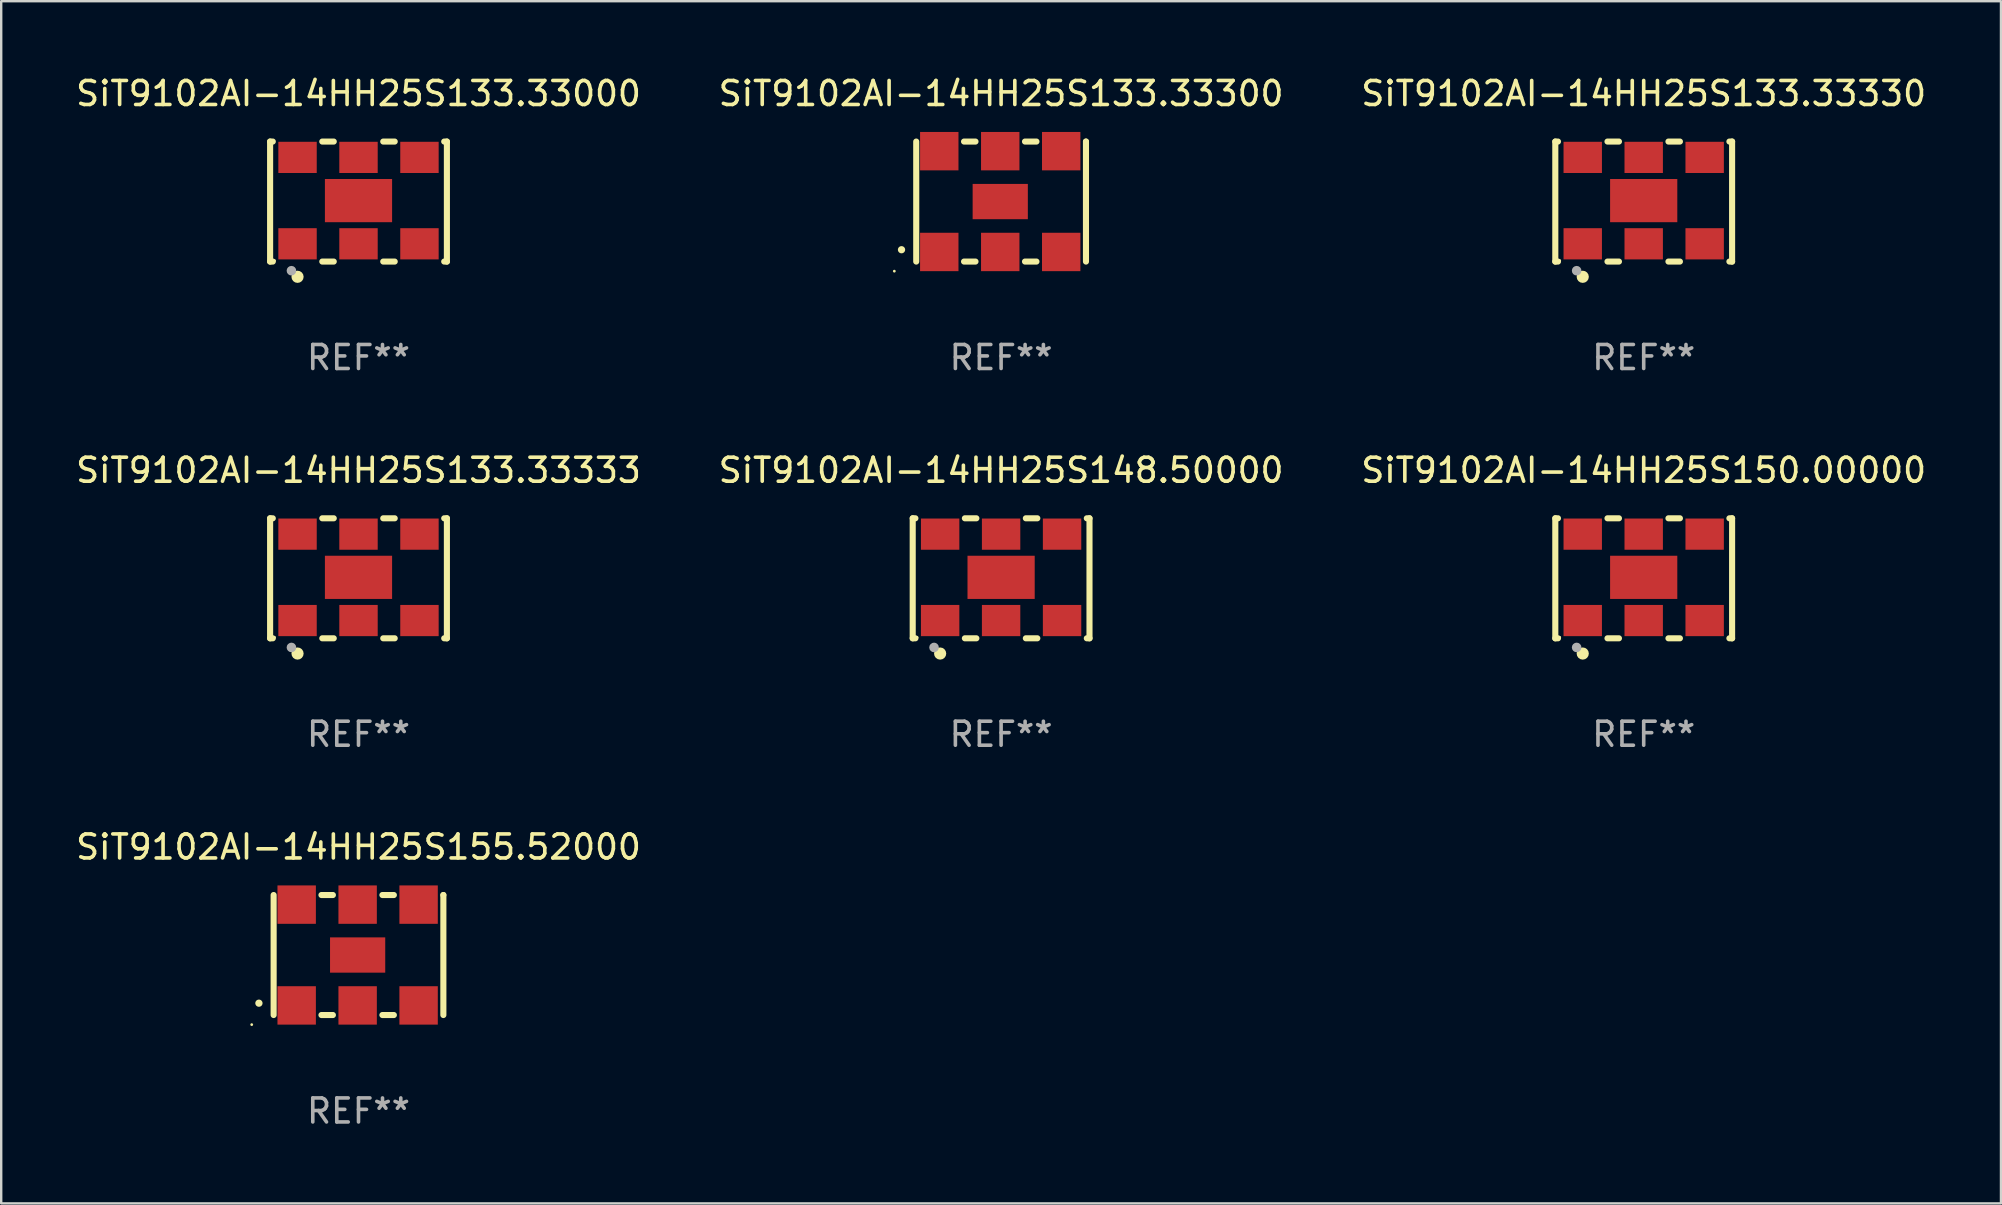
<source format=kicad_pcb>
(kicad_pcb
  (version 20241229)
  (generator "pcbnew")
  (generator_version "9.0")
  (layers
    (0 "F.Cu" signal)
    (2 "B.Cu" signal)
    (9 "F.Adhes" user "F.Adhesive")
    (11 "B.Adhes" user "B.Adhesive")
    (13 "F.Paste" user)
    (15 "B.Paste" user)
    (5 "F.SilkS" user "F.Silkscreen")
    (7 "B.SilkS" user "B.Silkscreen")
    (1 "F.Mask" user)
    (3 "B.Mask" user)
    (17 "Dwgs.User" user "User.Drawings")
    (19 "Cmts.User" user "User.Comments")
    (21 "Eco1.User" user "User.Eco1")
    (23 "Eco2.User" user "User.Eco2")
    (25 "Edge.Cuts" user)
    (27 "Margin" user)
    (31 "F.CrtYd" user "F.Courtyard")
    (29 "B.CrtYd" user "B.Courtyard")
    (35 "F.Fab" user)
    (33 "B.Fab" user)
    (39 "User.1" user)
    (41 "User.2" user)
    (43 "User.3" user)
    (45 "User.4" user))
  (footprint "SiT9102AI-14HH25S133.33330"
    (layer "F.Cu")
    (at 65.435 5.348)
    (property "Reference" "SiT9102AI-14HH25S133.33330" (at 0 -4.5 0) (layer "F.SilkS") (effects (font (size 1 1) (thickness 0.15))))
    (attr through_hole)
    (fp_line (start -3.683 -2.5) (end -3.571 -2.5) (stroke (width 0.254) (type solid)) (layer "F.SilkS"))
    (fp_line (start -3.683 2.5) (end -3.683 -2.5) (stroke (width 0.254) (type solid)) (layer "F.SilkS"))
    (fp_line (start -3.683 2.5) (end -3.571 2.5) (stroke (width 0.254) (type solid)) (layer "F.SilkS"))
    (fp_line (start -1.509 -2.5) (end -1.031 -2.5) (stroke (width 0.254) (type solid)) (layer "F.SilkS"))
    (fp_line (start -1.509 2.5) (end -1.031 2.5) (stroke (width 0.254) (type solid)) (layer "F.SilkS"))
    (fp_line (start 1.031 -2.5) (end 1.509 -2.5) (stroke (width 0.254) (type solid)) (layer "F.SilkS"))
    (fp_line (start 1.031 2.5) (end 1.509 2.5) (stroke (width 0.254) (type solid)) (layer "F.SilkS"))
    (fp_line (start 3.571 -2.5) (end 3.683 -2.5) (stroke (width 0.254) (type solid)) (layer "F.SilkS"))
    (fp_line (start 3.571 2.5) (end 3.683 2.5) (stroke (width 0.254) (type solid)) (layer "F.SilkS"))
    (fp_line (start 3.683 2.5) (end 3.683 -2.5) (stroke (width 0.254) (type solid)) (layer "F.SilkS"))
    (fp_circle (center -3.5 2.46) (end -3.47 2.46) (stroke (width 0.06) (type solid)) (fill no) (layer "F.SilkS"))
    (fp_circle (center -2.54 3.135) (end -2.413 3.135) (stroke (width 0.254) (type solid)) (fill no) (layer "F.SilkS"))
    (fp_circle (center -2.794 2.881) (end -2.694 2.881) (stroke (width 0.2) (type solid)) (fill no) (layer "F.Fab"))
    (fp_text user "REF**" (at 0 6.5 0) (layer "F.Fab") (effects (font (size 1 1) (thickness 0.15))))
    (pad "1" smd rect (at -2.54 1.76) (size 1.6 1.3) (layers "F.Cu" "F.Mask" "F.Paste"))
    (pad "2" smd rect (at 0 1.76) (size 1.6 1.3) (layers "F.Cu" "F.Mask" "F.Paste"))
    (pad "3" smd rect (at 2.54 1.76) (size 1.6 1.3) (layers "F.Cu" "F.Mask" "F.Paste"))
    (pad "4" smd rect (at 2.54 -1.84) (size 1.6 1.3) (layers "F.Cu" "F.Mask" "F.Paste"))
    (pad "5" smd rect (at 0 -1.84) (size 1.6 1.3) (layers "F.Cu" "F.Mask" "F.Paste"))
    (pad "6" smd rect (at -2.54 -1.84) (size 1.6 1.3) (layers "F.Cu" "F.Mask" "F.Paste"))
    (pad "7" smd rect (at 0 -0.04) (size 2.8 1.8) (layers "F.Cu" "F.Mask" "F.Paste")))
  (footprint "SiT9102AI-14HH25S155.52000"
    (layer "F.Cu")
    (at 11.887 36.741)
    (property "Reference" "SiT9102AI-14HH25S155.52000" (at 0 -4.5 0) (layer "F.SilkS") (effects (font (size 1 1) (thickness 0.15))))
    (attr through_hole)
    (fp_line (start -3.536 -2.5) (end -3.536 2.5) (stroke (width 0.254) (type solid)) (layer "F.SilkS"))
    (fp_line (start -1.544 2.5) (end -1.067 2.5) (stroke (width 0.254) (type solid)) (layer "F.SilkS"))
    (fp_line (start -1.067 -2.5) (end -1.544 -2.5) (stroke (width 0.254) (type solid)) (layer "F.SilkS"))
    (fp_line (start 0.996 2.5) (end 1.473 2.5) (stroke (width 0.254) (type solid)) (layer "F.SilkS"))
    (fp_line (start 1.473 -2.5) (end 0.996 -2.5) (stroke (width 0.254) (type solid)) (layer "F.SilkS"))
    (fp_line (start 3.536 -2.5) (end 3.536 -2.5) (stroke (width 0.254) (type solid)) (layer "F.SilkS"))
    (fp_line (start 3.536 2.5) (end 3.536 -2.5) (stroke (width 0.254) (type solid)) (layer "F.SilkS"))
    (fp_arc (start -4.150432 2.006604) (mid -4.149162 2.006599) (end -4.147892 2.006604) (stroke (width 0.3) (type solid)) (layer "F.SilkS"))
    (fp_circle (center -4.449 2.9) (end -4.419 2.9) (stroke (width 0.06) (type solid)) (fill no) (layer "F.SilkS"))
    (fp_text user "REF**" (at 0 6.5 0) (layer "F.Fab") (effects (font (size 1 1) (thickness 0.15))))
    (pad "1" smd rect (at -2.576 2.1) (size 1.6 1.6) (layers "F.Cu" "F.Mask" "F.Paste"))
    (pad "2" smd rect (at -0.036 2.1) (size 1.6 1.6) (layers "F.Cu" "F.Mask" "F.Paste"))
    (pad "3" smd rect (at 2.504 2.1) (size 1.6 1.6) (layers "F.Cu" "F.Mask" "F.Paste"))
    (pad "4" smd rect (at 2.504 -2.1) (size 1.6 1.6) (layers "F.Cu" "F.Mask" "F.Paste"))
    (pad "5" smd rect (at -0.036 -2.1) (size 1.6 1.6) (layers "F.Cu" "F.Mask" "F.Paste"))
    (pad "6" smd rect (at -2.576 -2.1) (size 1.6 1.6) (layers "F.Cu" "F.Mask" "F.Paste"))
    (pad "7" smd rect (at -0.036 0) (size 2.3 1.47) (layers "F.Cu" "F.Mask" "F.Paste")))
  (footprint "SiT9102AI-14HH25S133.33000"
    (layer "F.Cu")
    (at 11.887 5.348)
    (property "Reference" "SiT9102AI-14HH25S133.33000" (at 0 -4.5 0) (layer "F.SilkS") (effects (font (size 1 1) (thickness 0.15))))
    (attr through_hole)
    (fp_line (start -3.683 -2.5) (end -3.571 -2.5) (stroke (width 0.254) (type solid)) (layer "F.SilkS"))
    (fp_line (start -3.683 2.5) (end -3.683 -2.5) (stroke (width 0.254) (type solid)) (layer "F.SilkS"))
    (fp_line (start -3.683 2.5) (end -3.571 2.5) (stroke (width 0.254) (type solid)) (layer "F.SilkS"))
    (fp_line (start -1.509 -2.5) (end -1.031 -2.5) (stroke (width 0.254) (type solid)) (layer "F.SilkS"))
    (fp_line (start -1.509 2.5) (end -1.031 2.5) (stroke (width 0.254) (type solid)) (layer "F.SilkS"))
    (fp_line (start 1.031 -2.5) (end 1.509 -2.5) (stroke (width 0.254) (type solid)) (layer "F.SilkS"))
    (fp_line (start 1.031 2.5) (end 1.509 2.5) (stroke (width 0.254) (type solid)) (layer "F.SilkS"))
    (fp_line (start 3.571 -2.5) (end 3.683 -2.5) (stroke (width 0.254) (type solid)) (layer "F.SilkS"))
    (fp_line (start 3.571 2.5) (end 3.683 2.5) (stroke (width 0.254) (type solid)) (layer "F.SilkS"))
    (fp_line (start 3.683 2.5) (end 3.683 -2.5) (stroke (width 0.254) (type solid)) (layer "F.SilkS"))
    (fp_circle (center -3.5 2.46) (end -3.47 2.46) (stroke (width 0.06) (type solid)) (fill no) (layer "F.SilkS"))
    (fp_circle (center -2.54 3.135) (end -2.413 3.135) (stroke (width 0.254) (type solid)) (fill no) (layer "F.SilkS"))
    (fp_circle (center -2.794 2.881) (end -2.694 2.881) (stroke (width 0.2) (type solid)) (fill no) (layer "F.Fab"))
    (fp_text user "REF**" (at 0 6.5 0) (layer "F.Fab") (effects (font (size 1 1) (thickness 0.15))))
    (pad "1" smd rect (at -2.54 1.76) (size 1.6 1.3) (layers "F.Cu" "F.Mask" "F.Paste"))
    (pad "2" smd rect (at 0 1.76) (size 1.6 1.3) (layers "F.Cu" "F.Mask" "F.Paste"))
    (pad "3" smd rect (at 2.54 1.76) (size 1.6 1.3) (layers "F.Cu" "F.Mask" "F.Paste"))
    (pad "4" smd rect (at 2.54 -1.84) (size 1.6 1.3) (layers "F.Cu" "F.Mask" "F.Paste"))
    (pad "5" smd rect (at 0 -1.84) (size 1.6 1.3) (layers "F.Cu" "F.Mask" "F.Paste"))
    (pad "6" smd rect (at -2.54 -1.84) (size 1.6 1.3) (layers "F.Cu" "F.Mask" "F.Paste"))
    (pad "7" smd rect (at 0 -0.04) (size 2.8 1.8) (layers "F.Cu" "F.Mask" "F.Paste")))
  (footprint "SiT9102AI-14HH25S148.50000"
    (layer "F.Cu")
    (at 38.661 21.045)
    (property "Reference" "SiT9102AI-14HH25S148.50000" (at 0 -4.5 0) (layer "F.SilkS") (effects (font (size 1 1) (thickness 0.15))))
    (attr through_hole)
    (fp_line (start -3.683 -2.5) (end -3.571 -2.5) (stroke (width 0.254) (type solid)) (layer "F.SilkS"))
    (fp_line (start -3.683 2.5) (end -3.683 -2.5) (stroke (width 0.254) (type solid)) (layer "F.SilkS"))
    (fp_line (start -3.683 2.5) (end -3.571 2.5) (stroke (width 0.254) (type solid)) (layer "F.SilkS"))
    (fp_line (start -1.509 -2.5) (end -1.031 -2.5) (stroke (width 0.254) (type solid)) (layer "F.SilkS"))
    (fp_line (start -1.509 2.5) (end -1.031 2.5) (stroke (width 0.254) (type solid)) (layer "F.SilkS"))
    (fp_line (start 1.031 -2.5) (end 1.509 -2.5) (stroke (width 0.254) (type solid)) (layer "F.SilkS"))
    (fp_line (start 1.031 2.5) (end 1.509 2.5) (stroke (width 0.254) (type solid)) (layer "F.SilkS"))
    (fp_line (start 3.571 -2.5) (end 3.683 -2.5) (stroke (width 0.254) (type solid)) (layer "F.SilkS"))
    (fp_line (start 3.571 2.5) (end 3.683 2.5) (stroke (width 0.254) (type solid)) (layer "F.SilkS"))
    (fp_line (start 3.683 2.5) (end 3.683 -2.5) (stroke (width 0.254) (type solid)) (layer "F.SilkS"))
    (fp_circle (center -3.5 2.46) (end -3.47 2.46) (stroke (width 0.06) (type solid)) (fill no) (layer "F.SilkS"))
    (fp_circle (center -2.54 3.135) (end -2.413 3.135) (stroke (width 0.254) (type solid)) (fill no) (layer "F.SilkS"))
    (fp_circle (center -2.794 2.881) (end -2.694 2.881) (stroke (width 0.2) (type solid)) (fill no) (layer "F.Fab"))
    (fp_text user "REF**" (at 0 6.5 0) (layer "F.Fab") (effects (font (size 1 1) (thickness 0.15))))
    (pad "1" smd rect (at -2.54 1.76) (size 1.6 1.3) (layers "F.Cu" "F.Mask" "F.Paste"))
    (pad "2" smd rect (at 0 1.76) (size 1.6 1.3) (layers "F.Cu" "F.Mask" "F.Paste"))
    (pad "3" smd rect (at 2.54 1.76) (size 1.6 1.3) (layers "F.Cu" "F.Mask" "F.Paste"))
    (pad "4" smd rect (at 2.54 -1.84) (size 1.6 1.3) (layers "F.Cu" "F.Mask" "F.Paste"))
    (pad "5" smd rect (at 0 -1.84) (size 1.6 1.3) (layers "F.Cu" "F.Mask" "F.Paste"))
    (pad "6" smd rect (at -2.54 -1.84) (size 1.6 1.3) (layers "F.Cu" "F.Mask" "F.Paste"))
    (pad "7" smd rect (at 0 -0.04) (size 2.8 1.8) (layers "F.Cu" "F.Mask" "F.Paste")))
  (footprint "SiT9102AI-14HH25S133.33333"
    (layer "F.Cu")
    (at 11.887 21.045)
    (property "Reference" "SiT9102AI-14HH25S133.33333" (at 0 -4.5 0) (layer "F.SilkS") (effects (font (size 1 1) (thickness 0.15))))
    (attr through_hole)
    (fp_line (start -3.683 -2.5) (end -3.571 -2.5) (stroke (width 0.254) (type solid)) (layer "F.SilkS"))
    (fp_line (start -3.683 2.5) (end -3.683 -2.5) (stroke (width 0.254) (type solid)) (layer "F.SilkS"))
    (fp_line (start -3.683 2.5) (end -3.571 2.5) (stroke (width 0.254) (type solid)) (layer "F.SilkS"))
    (fp_line (start -1.509 -2.5) (end -1.031 -2.5) (stroke (width 0.254) (type solid)) (layer "F.SilkS"))
    (fp_line (start -1.509 2.5) (end -1.031 2.5) (stroke (width 0.254) (type solid)) (layer "F.SilkS"))
    (fp_line (start 1.031 -2.5) (end 1.509 -2.5) (stroke (width 0.254) (type solid)) (layer "F.SilkS"))
    (fp_line (start 1.031 2.5) (end 1.509 2.5) (stroke (width 0.254) (type solid)) (layer "F.SilkS"))
    (fp_line (start 3.571 -2.5) (end 3.683 -2.5) (stroke (width 0.254) (type solid)) (layer "F.SilkS"))
    (fp_line (start 3.571 2.5) (end 3.683 2.5) (stroke (width 0.254) (type solid)) (layer "F.SilkS"))
    (fp_line (start 3.683 2.5) (end 3.683 -2.5) (stroke (width 0.254) (type solid)) (layer "F.SilkS"))
    (fp_circle (center -3.5 2.46) (end -3.47 2.46) (stroke (width 0.06) (type solid)) (fill no) (layer "F.SilkS"))
    (fp_circle (center -2.54 3.135) (end -2.413 3.135) (stroke (width 0.254) (type solid)) (fill no) (layer "F.SilkS"))
    (fp_circle (center -2.794 2.881) (end -2.694 2.881) (stroke (width 0.2) (type solid)) (fill no) (layer "F.Fab"))
    (fp_text user "REF**" (at 0 6.5 0) (layer "F.Fab") (effects (font (size 1 1) (thickness 0.15))))
    (pad "1" smd rect (at -2.54 1.76) (size 1.6 1.3) (layers "F.Cu" "F.Mask" "F.Paste"))
    (pad "2" smd rect (at 0 1.76) (size 1.6 1.3) (layers "F.Cu" "F.Mask" "F.Paste"))
    (pad "3" smd rect (at 2.54 1.76) (size 1.6 1.3) (layers "F.Cu" "F.Mask" "F.Paste"))
    (pad "4" smd rect (at 2.54 -1.84) (size 1.6 1.3) (layers "F.Cu" "F.Mask" "F.Paste"))
    (pad "5" smd rect (at 0 -1.84) (size 1.6 1.3) (layers "F.Cu" "F.Mask" "F.Paste"))
    (pad "6" smd rect (at -2.54 -1.84) (size 1.6 1.3) (layers "F.Cu" "F.Mask" "F.Paste"))
    (pad "7" smd rect (at 0 -0.04) (size 2.8 1.8) (layers "F.Cu" "F.Mask" "F.Paste")))
  (footprint "SiT9102AI-14HH25S150.00000"
    (layer "F.Cu")
    (at 65.435 21.045)
    (property "Reference" "SiT9102AI-14HH25S150.00000" (at 0 -4.5 0) (layer "F.SilkS") (effects (font (size 1 1) (thickness 0.15))))
    (attr through_hole)
    (fp_line (start -3.683 -2.5) (end -3.571 -2.5) (stroke (width 0.254) (type solid)) (layer "F.SilkS"))
    (fp_line (start -3.683 2.5) (end -3.683 -2.5) (stroke (width 0.254) (type solid)) (layer "F.SilkS"))
    (fp_line (start -3.683 2.5) (end -3.571 2.5) (stroke (width 0.254) (type solid)) (layer "F.SilkS"))
    (fp_line (start -1.509 -2.5) (end -1.031 -2.5) (stroke (width 0.254) (type solid)) (layer "F.SilkS"))
    (fp_line (start -1.509 2.5) (end -1.031 2.5) (stroke (width 0.254) (type solid)) (layer "F.SilkS"))
    (fp_line (start 1.031 -2.5) (end 1.509 -2.5) (stroke (width 0.254) (type solid)) (layer "F.SilkS"))
    (fp_line (start 1.031 2.5) (end 1.509 2.5) (stroke (width 0.254) (type solid)) (layer "F.SilkS"))
    (fp_line (start 3.571 -2.5) (end 3.683 -2.5) (stroke (width 0.254) (type solid)) (layer "F.SilkS"))
    (fp_line (start 3.571 2.5) (end 3.683 2.5) (stroke (width 0.254) (type solid)) (layer "F.SilkS"))
    (fp_line (start 3.683 2.5) (end 3.683 -2.5) (stroke (width 0.254) (type solid)) (layer "F.SilkS"))
    (fp_circle (center -3.5 2.46) (end -3.47 2.46) (stroke (width 0.06) (type solid)) (fill no) (layer "F.SilkS"))
    (fp_circle (center -2.54 3.135) (end -2.413 3.135) (stroke (width 0.254) (type solid)) (fill no) (layer "F.SilkS"))
    (fp_circle (center -2.794 2.881) (end -2.694 2.881) (stroke (width 0.2) (type solid)) (fill no) (layer "F.Fab"))
    (fp_text user "REF**" (at 0 6.5 0) (layer "F.Fab") (effects (font (size 1 1) (thickness 0.15))))
    (pad "1" smd rect (at -2.54 1.76) (size 1.6 1.3) (layers "F.Cu" "F.Mask" "F.Paste"))
    (pad "2" smd rect (at 0 1.76) (size 1.6 1.3) (layers "F.Cu" "F.Mask" "F.Paste"))
    (pad "3" smd rect (at 2.54 1.76) (size 1.6 1.3) (layers "F.Cu" "F.Mask" "F.Paste"))
    (pad "4" smd rect (at 2.54 -1.84) (size 1.6 1.3) (layers "F.Cu" "F.Mask" "F.Paste"))
    (pad "5" smd rect (at 0 -1.84) (size 1.6 1.3) (layers "F.Cu" "F.Mask" "F.Paste"))
    (pad "6" smd rect (at -2.54 -1.84) (size 1.6 1.3) (layers "F.Cu" "F.Mask" "F.Paste"))
    (pad "7" smd rect (at 0 -0.04) (size 2.8 1.8) (layers "F.Cu" "F.Mask" "F.Paste")))
  (footprint "SiT9102AI-14HH25S133.33300"
    (layer "F.Cu")
    (at 38.661 5.348)
    (property "Reference" "SiT9102AI-14HH25S133.33300" (at 0 -4.5 0) (layer "F.SilkS") (effects (font (size 1 1) (thickness 0.15))))
    (attr through_hole)
    (fp_line (start -3.536 -2.5) (end -3.536 2.5) (stroke (width 0.254) (type solid)) (layer "F.SilkS"))
    (fp_line (start -1.544 2.5) (end -1.067 2.5) (stroke (width 0.254) (type solid)) (layer "F.SilkS"))
    (fp_line (start -1.067 -2.5) (end -1.544 -2.5) (stroke (width 0.254) (type solid)) (layer "F.SilkS"))
    (fp_line (start 0.996 2.5) (end 1.473 2.5) (stroke (width 0.254) (type solid)) (layer "F.SilkS"))
    (fp_line (start 1.473 -2.5) (end 0.996 -2.5) (stroke (width 0.254) (type solid)) (layer "F.SilkS"))
    (fp_line (start 3.536 -2.5) (end 3.536 -2.5) (stroke (width 0.254) (type solid)) (layer "F.SilkS"))
    (fp_line (start 3.536 2.5) (end 3.536 -2.5) (stroke (width 0.254) (type solid)) (layer "F.SilkS"))
    (fp_arc (start -4.150432 2.006604) (mid -4.149162 2.006599) (end -4.147892 2.006604) (stroke (width 0.3) (type solid)) (layer "F.SilkS"))
    (fp_circle (center -4.449 2.9) (end -4.419 2.9) (stroke (width 0.06) (type solid)) (fill no) (layer "F.SilkS"))
    (fp_text user "REF**" (at 0 6.5 0) (layer "F.Fab") (effects (font (size 1 1) (thickness 0.15))))
    (pad "1" smd rect (at -2.576 2.1) (size 1.6 1.6) (layers "F.Cu" "F.Mask" "F.Paste"))
    (pad "2" smd rect (at -0.036 2.1) (size 1.6 1.6) (layers "F.Cu" "F.Mask" "F.Paste"))
    (pad "3" smd rect (at 2.504 2.1) (size 1.6 1.6) (layers "F.Cu" "F.Mask" "F.Paste"))
    (pad "4" smd rect (at 2.504 -2.1) (size 1.6 1.6) (layers "F.Cu" "F.Mask" "F.Paste"))
    (pad "5" smd rect (at -0.036 -2.1) (size 1.6 1.6) (layers "F.Cu" "F.Mask" "F.Paste"))
    (pad "6" smd rect (at -2.576 -2.1) (size 1.6 1.6) (layers "F.Cu" "F.Mask" "F.Paste"))
    (pad "7" smd rect (at -0.036 0) (size 2.3 1.47) (layers "F.Cu" "F.Mask" "F.Paste")))
  (gr_rect
    (start -3 -3)
    (end 80.321 47.09)
    (stroke (width 0.1) (type default))
    (fill no)
    (layer "Edge.Cuts")))
</source>
